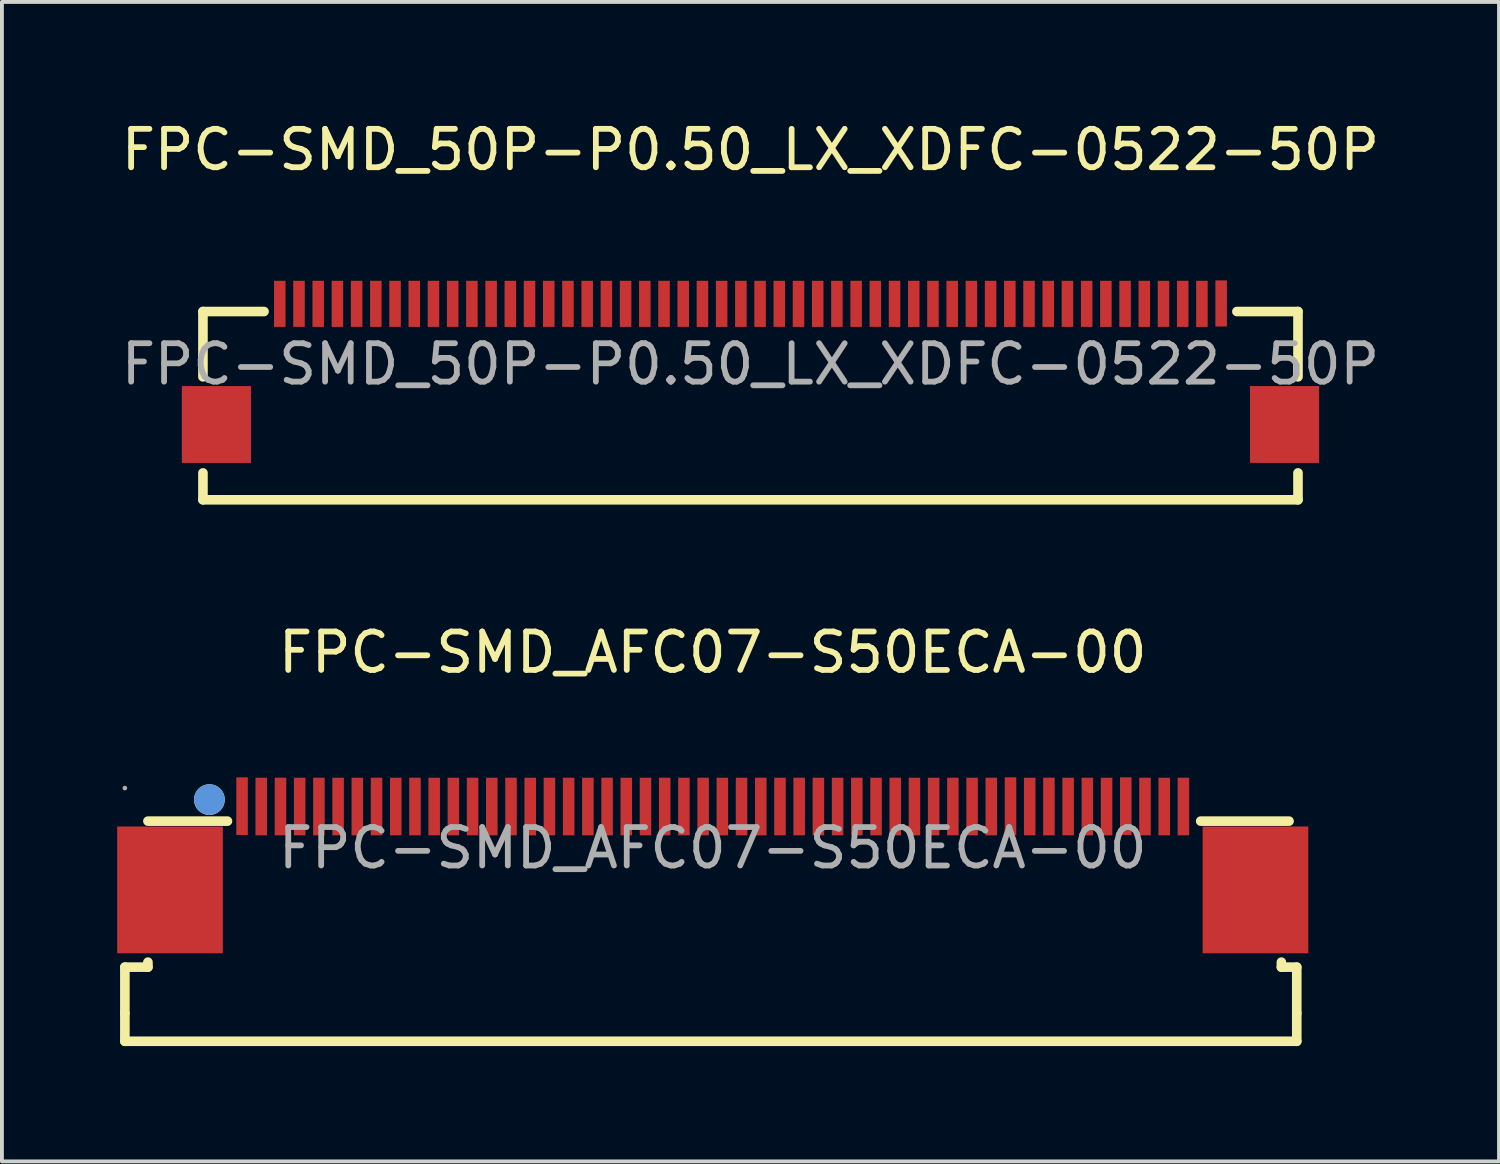
<source format=kicad_pcb>
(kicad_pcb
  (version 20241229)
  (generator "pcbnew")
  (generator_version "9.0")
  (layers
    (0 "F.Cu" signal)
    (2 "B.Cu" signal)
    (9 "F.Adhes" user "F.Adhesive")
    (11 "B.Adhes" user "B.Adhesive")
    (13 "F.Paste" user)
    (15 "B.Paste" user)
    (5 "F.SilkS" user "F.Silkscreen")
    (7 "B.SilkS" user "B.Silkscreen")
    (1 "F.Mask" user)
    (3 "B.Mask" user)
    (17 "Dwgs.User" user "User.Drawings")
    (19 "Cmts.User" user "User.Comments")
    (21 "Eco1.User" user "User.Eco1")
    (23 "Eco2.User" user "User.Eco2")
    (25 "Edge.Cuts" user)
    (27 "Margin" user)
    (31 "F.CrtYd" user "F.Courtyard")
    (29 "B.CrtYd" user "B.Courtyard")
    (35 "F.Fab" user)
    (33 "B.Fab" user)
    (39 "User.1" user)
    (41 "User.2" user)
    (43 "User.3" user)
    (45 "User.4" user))
  (footprint "FPC-SMD_50P-P0.50_LX_XDFC-0522-50P"
    (layer "F.Cu")
    (at 16.482 6.428)
    (property "Reference" "FPC-SMD_50P-P0.50_LX_XDFC-0522-50P" (at 0 -5.58 0) (layer "F.SilkS") (effects (font (size 1 1) (thickness 0.15))))
    (attr through_hole)
    (fp_line (start -14.25 -1.37) (end -12.66 -1.37) (stroke (width 0.25) (type solid)) (layer "F.SilkS"))
    (fp_line (start -14.25 0.33) (end -14.25 -1.37) (stroke (width 0.25) (type solid)) (layer "F.SilkS"))
    (fp_line (start -14.25 3.53) (end -14.25 2.83) (stroke (width 0.25) (type solid)) (layer "F.SilkS"))
    (fp_line (start -14.25 3.53) (end 14.25 3.53) (stroke (width 0.25) (type solid)) (layer "F.SilkS"))
    (fp_line (start 12.66 -1.37) (end 14.25 -1.37) (stroke (width 0.25) (type solid)) (layer "F.SilkS"))
    (fp_line (start 14.25 0.33) (end 14.25 -1.37) (stroke (width 0.25) (type solid)) (layer "F.SilkS"))
    (fp_line (start 14.25 3.53) (end 14.25 2.83) (stroke (width 0.25) (type solid)) (layer "F.SilkS"))
    (fp_text user "${REFERENCE}" (at 0 0 0) (layer "F.Fab") (effects (font (size 1 1) (thickness 0.15))))
    (pad "1" smd rect (at -12.25 -1.57) (size 0.3 1.2) (layers "F.Cu" "F.Mask" "F.Paste"))
    (pad "2" smd rect (at -11.75 -1.57) (size 0.3 1.2) (layers "F.Cu" "F.Mask" "F.Paste"))
    (pad "3" smd rect (at -11.25 -1.57) (size 0.3 1.2) (layers "F.Cu" "F.Mask" "F.Paste"))
    (pad "4" smd rect (at -10.75 -1.57) (size 0.3 1.2) (layers "F.Cu" "F.Mask" "F.Paste"))
    (pad "5" smd rect (at -10.25 -1.57) (size 0.3 1.2) (layers "F.Cu" "F.Mask" "F.Paste"))
    (pad "6" smd rect (at -9.75 -1.57) (size 0.3 1.2) (layers "F.Cu" "F.Mask" "F.Paste"))
    (pad "7" smd rect (at -9.25 -1.57) (size 0.3 1.2) (layers "F.Cu" "F.Mask" "F.Paste"))
    (pad "8" smd rect (at -8.75 -1.57) (size 0.3 1.2) (layers "F.Cu" "F.Mask" "F.Paste"))
    (pad "9" smd rect (at -8.25 -1.57) (size 0.3 1.2) (layers "F.Cu" "F.Mask" "F.Paste"))
    (pad "10" smd rect (at -7.75 -1.57) (size 0.3 1.2) (layers "F.Cu" "F.Mask" "F.Paste"))
    (pad "11" smd rect (at -7.25 -1.57) (size 0.3 1.2) (layers "F.Cu" "F.Mask" "F.Paste"))
    (pad "12" smd rect (at -6.75 -1.57) (size 0.3 1.2) (layers "F.Cu" "F.Mask" "F.Paste"))
    (pad "13" smd rect (at -6.25 -1.57) (size 0.3 1.2) (layers "F.Cu" "F.Mask" "F.Paste"))
    (pad "14" smd rect (at -5.75 -1.57) (size 0.3 1.2) (layers "F.Cu" "F.Mask" "F.Paste"))
    (pad "15" smd rect (at -5.25 -1.57) (size 0.3 1.2) (layers "F.Cu" "F.Mask" "F.Paste"))
    (pad "16" smd rect (at -4.75 -1.57) (size 0.3 1.2) (layers "F.Cu" "F.Mask" "F.Paste"))
    (pad "17" smd rect (at -4.25 -1.57) (size 0.3 1.2) (layers "F.Cu" "F.Mask" "F.Paste"))
    (pad "18" smd rect (at -3.75 -1.57) (size 0.3 1.2) (layers "F.Cu" "F.Mask" "F.Paste"))
    (pad "19" smd rect (at -3.25 -1.57) (size 0.3 1.2) (layers "F.Cu" "F.Mask" "F.Paste"))
    (pad "20" smd rect (at -2.75 -1.57) (size 0.3 1.2) (layers "F.Cu" "F.Mask" "F.Paste"))
    (pad "21" smd rect (at -2.25 -1.57) (size 0.3 1.2) (layers "F.Cu" "F.Mask" "F.Paste"))
    (pad "22" smd rect (at -1.75 -1.57) (size 0.3 1.2) (layers "F.Cu" "F.Mask" "F.Paste"))
    (pad "23" smd rect (at -1.25 -1.57) (size 0.3 1.2) (layers "F.Cu" "F.Mask" "F.Paste"))
    (pad "24" smd rect (at -0.75 -1.57) (size 0.3 1.2) (layers "F.Cu" "F.Mask" "F.Paste"))
    (pad "25" smd rect (at -0.25 -1.57) (size 0.3 1.2) (layers "F.Cu" "F.Mask" "F.Paste"))
    (pad "26" smd rect (at 0.25 -1.57) (size 0.3 1.2) (layers "F.Cu" "F.Mask" "F.Paste"))
    (pad "27" smd rect (at 0.75 -1.57) (size 0.3 1.2) (layers "F.Cu" "F.Mask" "F.Paste"))
    (pad "28" smd rect (at 1.25 -1.57) (size 0.3 1.2) (layers "F.Cu" "F.Mask" "F.Paste"))
    (pad "29" smd rect (at 1.75 -1.57) (size 0.3 1.2) (layers "F.Cu" "F.Mask" "F.Paste"))
    (pad "30" smd rect (at 2.25 -1.57) (size 0.3 1.2) (layers "F.Cu" "F.Mask" "F.Paste"))
    (pad "31" smd rect (at 2.75 -1.57) (size 0.3 1.2) (layers "F.Cu" "F.Mask" "F.Paste"))
    (pad "32" smd rect (at 3.25 -1.57) (size 0.3 1.2) (layers "F.Cu" "F.Mask" "F.Paste"))
    (pad "33" smd rect (at 3.75 -1.57) (size 0.3 1.2) (layers "F.Cu" "F.Mask" "F.Paste"))
    (pad "34" smd rect (at 4.25 -1.57) (size 0.3 1.2) (layers "F.Cu" "F.Mask" "F.Paste"))
    (pad "35" smd rect (at 4.75 -1.57) (size 0.3 1.2) (layers "F.Cu" "F.Mask" "F.Paste"))
    (pad "36" smd rect (at 5.25 -1.57) (size 0.3 1.2) (layers "F.Cu" "F.Mask" "F.Paste"))
    (pad "37" smd rect (at 5.75 -1.57) (size 0.3 1.2) (layers "F.Cu" "F.Mask" "F.Paste"))
    (pad "38" smd rect (at 6.25 -1.57) (size 0.3 1.2) (layers "F.Cu" "F.Mask" "F.Paste"))
    (pad "39" smd rect (at 6.75 -1.57) (size 0.3 1.2) (layers "F.Cu" "F.Mask" "F.Paste"))
    (pad "40" smd rect (at 7.25 -1.57) (size 0.3 1.2) (layers "F.Cu" "F.Mask" "F.Paste"))
    (pad "41" smd rect (at 7.75 -1.57) (size 0.3 1.2) (layers "F.Cu" "F.Mask" "F.Paste"))
    (pad "42" smd rect (at 8.25 -1.57) (size 0.3 1.2) (layers "F.Cu" "F.Mask" "F.Paste"))
    (pad "43" smd rect (at 8.75 -1.57) (size 0.3 1.2) (layers "F.Cu" "F.Mask" "F.Paste"))
    (pad "44" smd rect (at 9.25 -1.57) (size 0.3 1.2) (layers "F.Cu" "F.Mask" "F.Paste"))
    (pad "45" smd rect (at 9.75 -1.57) (size 0.3 1.2) (layers "F.Cu" "F.Mask" "F.Paste"))
    (pad "46" smd rect (at 10.25 -1.57) (size 0.3 1.2) (layers "F.Cu" "F.Mask" "F.Paste"))
    (pad "47" smd rect (at 10.75 -1.57) (size 0.3 1.2) (layers "F.Cu" "F.Mask" "F.Paste"))
    (pad "48" smd rect (at 11.25 -1.57) (size 0.3 1.2) (layers "F.Cu" "F.Mask" "F.Paste"))
    (pad "49" smd rect (at 11.75 -1.57) (size 0.3 1.2) (layers "F.Cu" "F.Mask" "F.Paste"))
    (pad "50" smd rect (at 12.25 -1.58) (size 0.3 1.2) (layers "F.Cu" "F.Mask" "F.Paste"))
    (pad "51" smd rect (at 13.9 1.57) (size 1.8 2) (layers "F.Cu" "F.Mask" "F.Paste"))
    (pad "52" smd rect (at -13.9 1.57) (size 1.8 2) (layers "F.Cu" "F.Mask" "F.Paste")))
  (footprint "FPC-SMD_AFC07-S50ECA-00"
    (layer "F.Cu")
    (at 15.5 19.021)
    (property "Reference" "FPC-SMD_AFC07-S50ECA-00" (at 0 -5.09 0) (layer "F.SilkS") (effects (font (size 1 1) (thickness 0.15))))
    (attr smd)
    (fp_line (start -15.3 3.1) (end -15.3 4.3) (stroke (width 0.25) (type solid)) (layer "F.SilkS"))
    (fp_line (start -15.3 4.3) (end -15.3 5.03) (stroke (width 0.25) (type solid)) (layer "F.SilkS"))
    (fp_line (start -15.3 5.03) (end 15.2 5.03) (stroke (width 0.25) (type solid)) (layer "F.SilkS"))
    (fp_line (start -14.7 -0.7) (end -12.63 -0.7) (stroke (width 0.25) (type solid)) (layer "F.SilkS"))
    (fp_line (start -14.7 2.97) (end -14.7 3.1) (stroke (width 0.25) (type solid)) (layer "F.SilkS"))
    (fp_line (start -14.7 3.1) (end -15.3 3.1) (stroke (width 0.25) (type solid)) (layer "F.SilkS"))
    (fp_line (start 12.7 -0.7) (end 15 -0.7) (stroke (width 0.25) (type solid)) (layer "F.SilkS"))
    (fp_line (start 14.8 2.97) (end 14.8 3.1) (stroke (width 0.25) (type solid)) (layer "F.SilkS"))
    (fp_line (start 14.8 3.1) (end 15.2 3.1) (stroke (width 0.25) (type solid)) (layer "F.SilkS"))
    (fp_line (start 15.2 3.1) (end 15.2 4.3) (stroke (width 0.25) (type solid)) (layer "F.SilkS"))
    (fp_line (start 15.2 4.3) (end 15.2 5.03) (stroke (width 0.25) (type solid)) (layer "F.SilkS"))
    (fp_circle (center -13.1 -1.26) (end -12.9 -1.26) (stroke (width 0.4) (type solid)) (fill no) (layer "F.SilkS"))
    (fp_circle (center -13.1 -1.26) (end -12.9 -1.26) (stroke (width 0.4) (type solid)) (fill no) (layer "Cmts.User"))
    (fp_circle (center -15.3 -1.56) (end -15.27 -1.56) (stroke (width 0.06) (type solid)) (fill no) (layer "F.Fab"))
    (fp_text user "${REFERENCE}" (at 0 0 0) (layer "F.Fab") (effects (font (size 1 1) (thickness 0.15))))
    (pad "1" smd rect (at -12.25 -1.09) (size 0.3 1.5) (layers "F.Cu" "F.Mask" "F.Paste"))
    (pad "2" smd rect (at -11.75 -1.08) (size 0.3 1.5) (layers "F.Cu" "F.Mask" "F.Paste"))
    (pad "3" smd rect (at -11.25 -1.08) (size 0.3 1.5) (layers "F.Cu" "F.Mask" "F.Paste"))
    (pad "4" smd rect (at -10.75 -1.08) (size 0.3 1.5) (layers "F.Cu" "F.Mask" "F.Paste"))
    (pad "5" smd rect (at -10.25 -1.08) (size 0.3 1.5) (layers "F.Cu" "F.Mask" "F.Paste"))
    (pad "6" smd rect (at -9.75 -1.08) (size 0.3 1.5) (layers "F.Cu" "F.Mask" "F.Paste"))
    (pad "7" smd rect (at -9.25 -1.08) (size 0.3 1.5) (layers "F.Cu" "F.Mask" "F.Paste"))
    (pad "8" smd rect (at -8.75 -1.08) (size 0.3 1.5) (layers "F.Cu" "F.Mask" "F.Paste"))
    (pad "9" smd rect (at -8.25 -1.08) (size 0.3 1.5) (layers "F.Cu" "F.Mask" "F.Paste"))
    (pad "10" smd rect (at -7.75 -1.08) (size 0.3 1.5) (layers "F.Cu" "F.Mask" "F.Paste"))
    (pad "11" smd rect (at -7.25 -1.08) (size 0.3 1.5) (layers "F.Cu" "F.Mask" "F.Paste"))
    (pad "12" smd rect (at -6.75 -1.08) (size 0.3 1.5) (layers "F.Cu" "F.Mask" "F.Paste"))
    (pad "13" smd rect (at -6.25 -1.08) (size 0.3 1.5) (layers "F.Cu" "F.Mask" "F.Paste"))
    (pad "14" smd rect (at -5.75 -1.08) (size 0.3 1.5) (layers "F.Cu" "F.Mask" "F.Paste"))
    (pad "15" smd rect (at -5.25 -1.08) (size 0.3 1.5) (layers "F.Cu" "F.Mask" "F.Paste"))
    (pad "16" smd rect (at -4.75 -1.08) (size 0.3 1.5) (layers "F.Cu" "F.Mask" "F.Paste"))
    (pad "17" smd rect (at -4.25 -1.08) (size 0.3 1.5) (layers "F.Cu" "F.Mask" "F.Paste"))
    (pad "18" smd rect (at -3.75 -1.08) (size 0.3 1.5) (layers "F.Cu" "F.Mask" "F.Paste"))
    (pad "19" smd rect (at -3.25 -1.08) (size 0.3 1.5) (layers "F.Cu" "F.Mask" "F.Paste"))
    (pad "20" smd rect (at -2.75 -1.08) (size 0.3 1.5) (layers "F.Cu" "F.Mask" "F.Paste"))
    (pad "21" smd rect (at -2.25 -1.08) (size 0.3 1.5) (layers "F.Cu" "F.Mask" "F.Paste"))
    (pad "22" smd rect (at -1.75 -1.08) (size 0.3 1.5) (layers "F.Cu" "F.Mask" "F.Paste"))
    (pad "23" smd rect (at -1.25 -1.08) (size 0.3 1.5) (layers "F.Cu" "F.Mask" "F.Paste"))
    (pad "24" smd rect (at -0.75 -1.08) (size 0.3 1.5) (layers "F.Cu" "F.Mask" "F.Paste"))
    (pad "25" smd rect (at -0.25 -1.08) (size 0.3 1.5) (layers "F.Cu" "F.Mask" "F.Paste"))
    (pad "26" smd rect (at 0.25 -1.08) (size 0.3 1.5) (layers "F.Cu" "F.Mask" "F.Paste"))
    (pad "27" smd rect (at 0.75 -1.08) (size 0.3 1.5) (layers "F.Cu" "F.Mask" "F.Paste"))
    (pad "28" smd rect (at 1.25 -1.08) (size 0.3 1.5) (layers "F.Cu" "F.Mask" "F.Paste"))
    (pad "29" smd rect (at 1.75 -1.08) (size 0.3 1.5) (layers "F.Cu" "F.Mask" "F.Paste"))
    (pad "30" smd rect (at 2.25 -1.08) (size 0.3 1.5) (layers "F.Cu" "F.Mask" "F.Paste"))
    (pad "31" smd rect (at 2.75 -1.08) (size 0.3 1.5) (layers "F.Cu" "F.Mask" "F.Paste"))
    (pad "32" smd rect (at 3.25 -1.08) (size 0.3 1.5) (layers "F.Cu" "F.Mask" "F.Paste"))
    (pad "33" smd rect (at 3.75 -1.08) (size 0.3 1.5) (layers "F.Cu" "F.Mask" "F.Paste"))
    (pad "34" smd rect (at 4.25 -1.08) (size 0.3 1.5) (layers "F.Cu" "F.Mask" "F.Paste"))
    (pad "35" smd rect (at 4.75 -1.08) (size 0.3 1.5) (layers "F.Cu" "F.Mask" "F.Paste"))
    (pad "36" smd rect (at 5.25 -1.08) (size 0.3 1.5) (layers "F.Cu" "F.Mask" "F.Paste"))
    (pad "37" smd rect (at 5.75 -1.08) (size 0.3 1.5) (layers "F.Cu" "F.Mask" "F.Paste"))
    (pad "38" smd rect (at 6.25 -1.08) (size 0.3 1.5) (layers "F.Cu" "F.Mask" "F.Paste"))
    (pad "39" smd rect (at 6.75 -1.08) (size 0.3 1.5) (layers "F.Cu" "F.Mask" "F.Paste"))
    (pad "40" smd rect (at 7.25 -1.08) (size 0.3 1.5) (layers "F.Cu" "F.Mask" "F.Paste"))
    (pad "41" smd rect (at 7.75 -1.09) (size 0.3 1.5) (layers "F.Cu" "F.Mask" "F.Paste"))
    (pad "42" smd rect (at 8.25 -1.08) (size 0.3 1.5) (layers "F.Cu" "F.Mask" "F.Paste"))
    (pad "43" smd rect (at 8.75 -1.08) (size 0.3 1.5) (layers "F.Cu" "F.Mask" "F.Paste"))
    (pad "44" smd rect (at 9.25 -1.08) (size 0.3 1.5) (layers "F.Cu" "F.Mask" "F.Paste"))
    (pad "45" smd rect (at 9.75 -1.08) (size 0.3 1.5) (layers "F.Cu" "F.Mask" "F.Paste"))
    (pad "46" smd rect (at 10.25 -1.08) (size 0.3 1.5) (layers "F.Cu" "F.Mask" "F.Paste"))
    (pad "47" smd rect (at 10.75 -1.09) (size 0.3 1.5) (layers "F.Cu" "F.Mask" "F.Paste"))
    (pad "48" smd rect (at 11.25 -1.08) (size 0.3 1.5) (layers "F.Cu" "F.Mask" "F.Paste"))
    (pad "49" smd rect (at 11.75 -1.08) (size 0.3 1.5) (layers "F.Cu" "F.Mask" "F.Paste"))
    (pad "50" smd rect (at 12.25 -1.08) (size 0.3 1.5) (layers "F.Cu" "F.Mask" "F.Paste"))
    (pad "51" smd rect (at 14.125 1.09 180) (size 2.75 3.3) (layers "F.Cu" "F.Mask" "F.Paste"))
    (pad "52" smd rect (at -14.125 1.09) (size 2.75 3.3) (layers "F.Cu" "F.Mask" "F.Paste")))
  (gr_rect
    (start -3 -3)
    (end 35.964 27.177)
    (stroke (width 0.1) (type default))
    (fill no)
    (layer "Edge.Cuts")))
</source>
